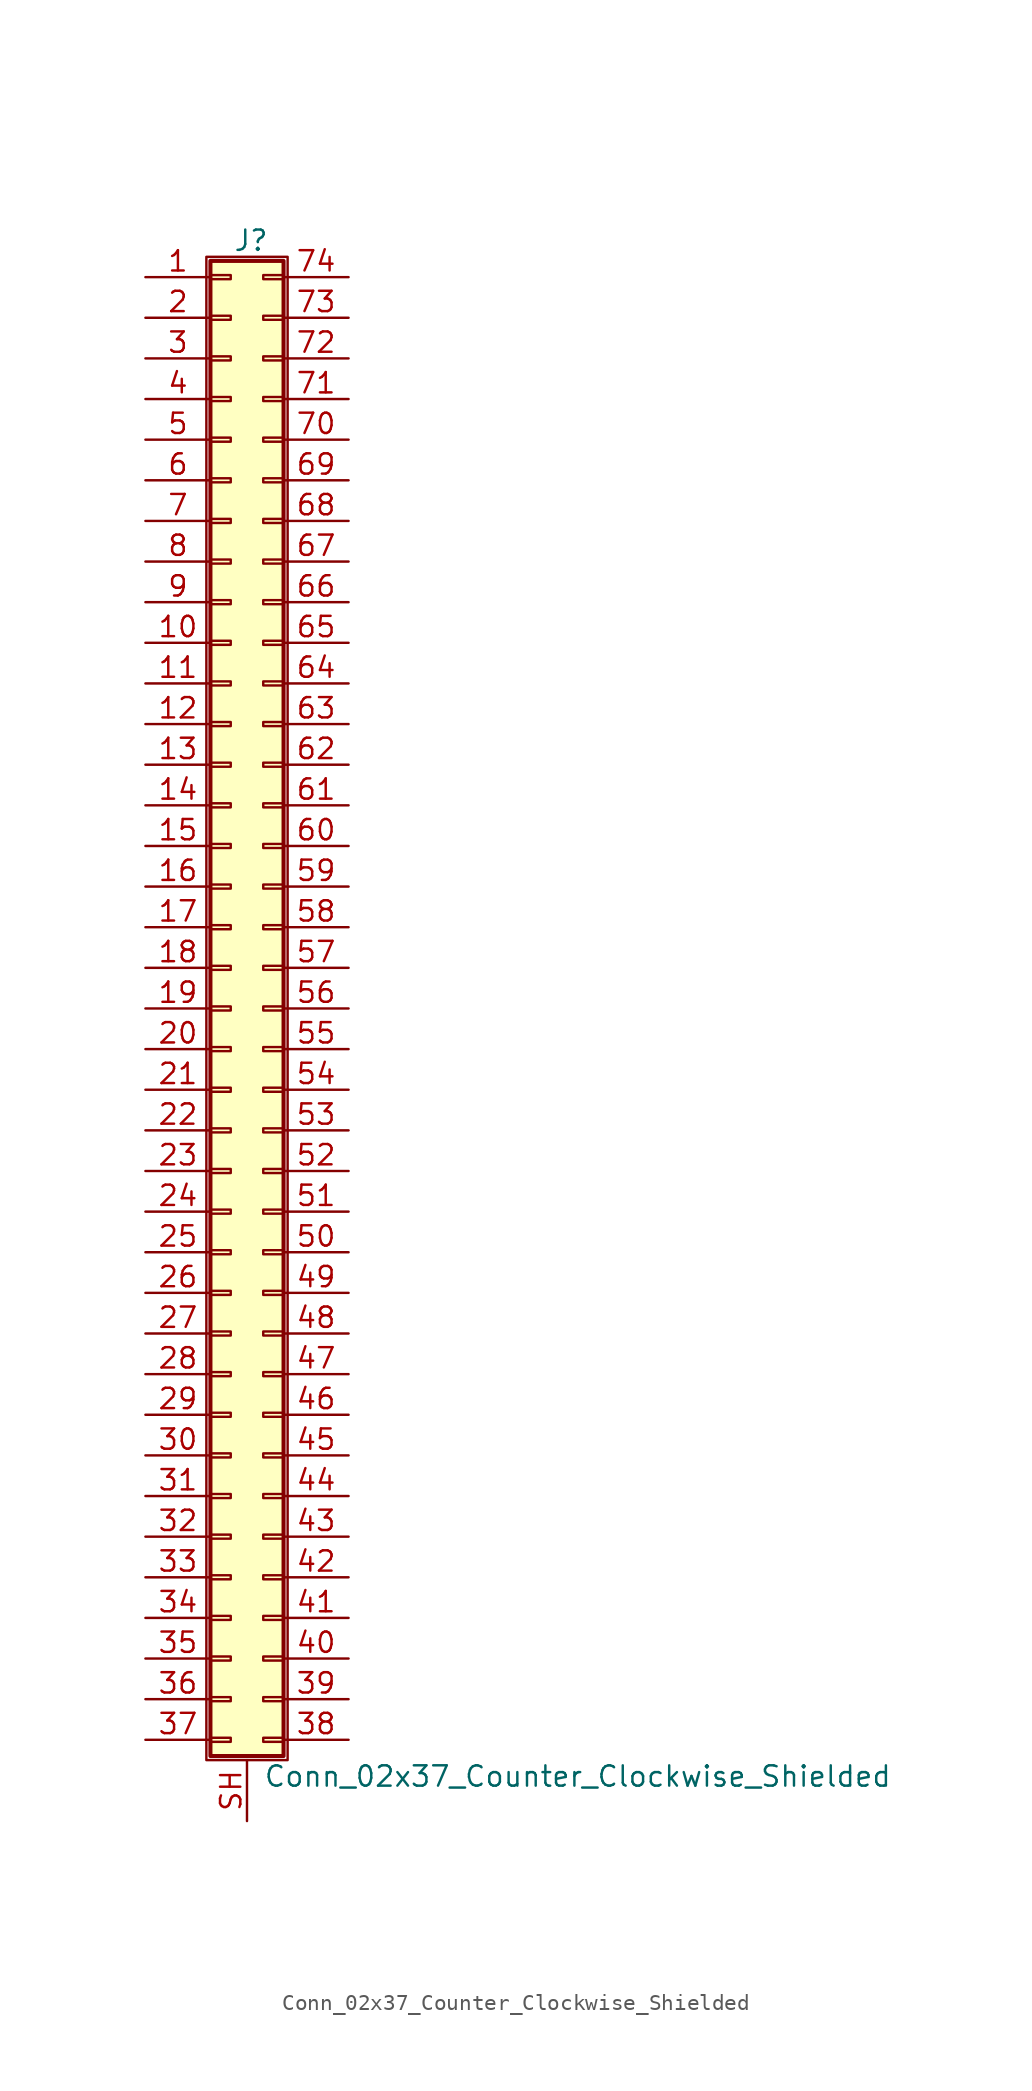
<source format=kicad_sym>
(kicad_symbol_lib
  (version 20201005)
  (generator kicad_symbol_editor)
  (symbol "Conn_02x37_Counter_Clockwise_Shielded"
    (pin_names
      (offset 1.016) hide)
    (property "Reference" "J"
      (at 1.524 48.006 0)
      (effects (font (size 1.27 1.27))))
    (property "Value" "Conn_02x37_Counter_Clockwise_Shielded"
      (at 2.286 -48.006 0)
      (effects (font (size 1.27 1.27)) (justify left)))
    (symbol "Conn_02x37_Counter_Clockwise_Shielded_1_1"
      (rectangle (start -1.27 46.99) (end 3.81 -46.99) (stroke (width 0.152)) (fill (type none)))
      (rectangle (start -1.016 -45.593) (end 0.254 -45.847) (stroke (width 0.152)) (fill (type none)))
      (rectangle (start -1.016 -43.053) (end 0.254 -43.307) (stroke (width 0.152)) (fill (type none)))
      (rectangle (start -1.016 -40.513) (end 0.254 -40.767) (stroke (width 0.152)) (fill (type none)))
      (rectangle (start -1.016 -37.973) (end 0.254 -38.227) (stroke (width 0.152)) (fill (type none)))
      (rectangle (start -1.016 -35.433) (end 0.254 -35.687) (stroke (width 0.152)) (fill (type none)))
      (rectangle (start -1.016 -32.893) (end 0.254 -33.147) (stroke (width 0.152)) (fill (type none)))
      (rectangle (start -1.016 -30.353) (end 0.254 -30.607) (stroke (width 0.152)) (fill (type none)))
      (rectangle (start -1.016 -27.813) (end 0.254 -28.067) (stroke (width 0.152)) (fill (type none)))
      (rectangle (start -1.016 -25.273) (end 0.254 -25.527) (stroke (width 0.152)) (fill (type none)))
      (rectangle (start -1.016 -22.733) (end 0.254 -22.987) (stroke (width 0.152)) (fill (type none)))
      (rectangle (start -1.016 -20.193) (end 0.254 -20.447) (stroke (width 0.152)) (fill (type none)))
      (rectangle (start -1.016 -17.653) (end 0.254 -17.907) (stroke (width 0.152)) (fill (type none)))
      (rectangle (start -1.016 -15.113) (end 0.254 -15.367) (stroke (width 0.152)) (fill (type none)))
      (rectangle (start -1.016 -12.573) (end 0.254 -12.827) (stroke (width 0.152)) (fill (type none)))
      (rectangle (start -1.016 -10.033) (end 0.254 -10.287) (stroke (width 0.152)) (fill (type none)))
      (rectangle (start -1.016 -7.493) (end 0.254 -7.747) (stroke (width 0.152)) (fill (type none)))
      (rectangle (start -1.016 -4.953) (end 0.254 -5.207) (stroke (width 0.152)) (fill (type none)))
      (rectangle (start -1.016 -2.413) (end 0.254 -2.667) (stroke (width 0.152)) (fill (type none)))
      (rectangle (start -1.016 0.127) (end 0.254 -0.127) (stroke (width 0.152)) (fill (type none)))
      (rectangle (start -1.016 2.667) (end 0.254 2.413) (stroke (width 0.152)) (fill (type none)))
      (rectangle (start -1.016 5.207) (end 0.254 4.953) (stroke (width 0.152)) (fill (type none)))
      (rectangle (start -1.016 7.747) (end 0.254 7.493) (stroke (width 0.152)) (fill (type none)))
      (rectangle (start -1.016 10.287) (end 0.254 10.033) (stroke (width 0.152)) (fill (type none)))
      (rectangle (start -1.016 12.827) (end 0.254 12.573) (stroke (width 0.152)) (fill (type none)))
      (rectangle (start -1.016 15.367) (end 0.254 15.113) (stroke (width 0.152)) (fill (type none)))
      (rectangle (start -1.016 17.907) (end 0.254 17.653) (stroke (width 0.152)) (fill (type none)))
      (rectangle (start -1.016 20.447) (end 0.254 20.193) (stroke (width 0.152)) (fill (type none)))
      (rectangle (start -1.016 22.987) (end 0.254 22.733) (stroke (width 0.152)) (fill (type none)))
      (rectangle (start -1.016 25.527) (end 0.254 25.273) (stroke (width 0.152)) (fill (type none)))
      (rectangle (start -1.016 28.067) (end 0.254 27.813) (stroke (width 0.152)) (fill (type none)))
      (rectangle (start -1.016 30.607) (end 0.254 30.353) (stroke (width 0.152)) (fill (type none)))
      (rectangle (start -1.016 33.147) (end 0.254 32.893) (stroke (width 0.152)) (fill (type none)))
      (rectangle (start -1.016 35.687) (end 0.254 35.433) (stroke (width 0.152)) (fill (type none)))
      (rectangle (start -1.016 38.227) (end 0.254 37.973) (stroke (width 0.152)) (fill (type none)))
      (rectangle (start -1.016 40.767) (end 0.254 40.513) (stroke (width 0.152)) (fill (type none)))
      (rectangle (start -1.016 43.307) (end 0.254 43.053) (stroke (width 0.152)) (fill (type none)))
      (rectangle (start -1.016 45.847) (end 0.254 45.593) (stroke (width 0.152)) (fill (type none)))
      (rectangle (start 3.556 -45.593) (end 2.286 -45.847) (stroke (width 0.152)) (fill (type none)))
      (rectangle (start 3.556 -43.053) (end 2.286 -43.307) (stroke (width 0.152)) (fill (type none)))
      (rectangle (start 3.556 -40.513) (end 2.286 -40.767) (stroke (width 0.152)) (fill (type none)))
      (rectangle (start 3.556 -37.973) (end 2.286 -38.227) (stroke (width 0.152)) (fill (type none)))
      (rectangle (start 3.556 -35.433) (end 2.286 -35.687) (stroke (width 0.152)) (fill (type none)))
      (rectangle (start 3.556 -32.893) (end 2.286 -33.147) (stroke (width 0.152)) (fill (type none)))
      (rectangle (start 3.556 -30.353) (end 2.286 -30.607) (stroke (width 0.152)) (fill (type none)))
      (rectangle (start 3.556 -27.813) (end 2.286 -28.067) (stroke (width 0.152)) (fill (type none)))
      (rectangle (start 3.556 -25.273) (end 2.286 -25.527) (stroke (width 0.152)) (fill (type none)))
      (rectangle (start 3.556 -22.733) (end 2.286 -22.987) (stroke (width 0.152)) (fill (type none)))
      (rectangle (start 3.556 -20.193) (end 2.286 -20.447) (stroke (width 0.152)) (fill (type none)))
      (rectangle (start 3.556 -17.653) (end 2.286 -17.907) (stroke (width 0.152)) (fill (type none)))
      (rectangle (start 3.556 -15.113) (end 2.286 -15.367) (stroke (width 0.152)) (fill (type none)))
      (rectangle (start 3.556 -12.573) (end 2.286 -12.827) (stroke (width 0.152)) (fill (type none)))
      (rectangle (start 3.556 -10.033) (end 2.286 -10.287) (stroke (width 0.152)) (fill (type none)))
      (rectangle (start 3.556 -7.493) (end 2.286 -7.747) (stroke (width 0.152)) (fill (type none)))
      (rectangle (start 3.556 -4.953) (end 2.286 -5.207) (stroke (width 0.152)) (fill (type none)))
      (rectangle (start 3.556 -2.413) (end 2.286 -2.667) (stroke (width 0.152)) (fill (type none)))
      (rectangle (start 3.556 0.127) (end 2.286 -0.127) (stroke (width 0.152)) (fill (type none)))
      (rectangle (start 3.556 2.667) (end 2.286 2.413) (stroke (width 0.152)) (fill (type none)))
      (rectangle (start 3.556 5.207) (end 2.286 4.953) (stroke (width 0.152)) (fill (type none)))
      (rectangle (start 3.556 7.747) (end 2.286 7.493) (stroke (width 0.152)) (fill (type none)))
      (rectangle (start 3.556 10.287) (end 2.286 10.033) (stroke (width 0.152)) (fill (type none)))
      (rectangle (start 3.556 12.827) (end 2.286 12.573) (stroke (width 0.152)) (fill (type none)))
      (rectangle (start 3.556 15.367) (end 2.286 15.113) (stroke (width 0.152)) (fill (type none)))
      (rectangle (start 3.556 17.907) (end 2.286 17.653) (stroke (width 0.152)) (fill (type none)))
      (rectangle (start 3.556 20.447) (end 2.286 20.193) (stroke (width 0.152)) (fill (type none)))
      (rectangle (start 3.556 22.987) (end 2.286 22.733) (stroke (width 0.152)) (fill (type none)))
      (rectangle (start 3.556 25.527) (end 2.286 25.273) (stroke (width 0.152)) (fill (type none)))
      (rectangle (start 3.556 28.067) (end 2.286 27.813) (stroke (width 0.152)) (fill (type none)))
      (rectangle (start 3.556 30.607) (end 2.286 30.353) (stroke (width 0.152)) (fill (type none)))
      (rectangle (start 3.556 33.147) (end 2.286 32.893) (stroke (width 0.152)) (fill (type none)))
      (rectangle (start 3.556 35.687) (end 2.286 35.433) (stroke (width 0.152)) (fill (type none)))
      (rectangle (start 3.556 38.227) (end 2.286 37.973) (stroke (width 0.152)) (fill (type none)))
      (rectangle (start 3.556 40.767) (end 2.286 40.513) (stroke (width 0.152)) (fill (type none)))
      (rectangle (start 3.556 43.307) (end 2.286 43.053) (stroke (width 0.152)) (fill (type none)))
      (rectangle (start 3.556 45.847) (end 2.286 45.593) (stroke (width 0.152)) (fill (type none)))
      (rectangle (start -1.016 46.736) (end 3.556 -46.736) (stroke (width 0.254)) (fill (type background)))
      (pin passive line (at -5.08 45.72 0) (length 4.064) (name "Pin_1" (effects (font (size 1.27 1.27)))) (number "1" (effects (font (size 1.27 1.27)))))
      (pin passive line (at -5.08 22.86 0) (length 4.064) (name "Pin_10" (effects (font (size 1.27 1.27)))) (number "10" (effects (font (size 1.27 1.27)))))
      (pin passive line (at -5.08 20.32 0) (length 4.064) (name "Pin_11" (effects (font (size 1.27 1.27)))) (number "11" (effects (font (size 1.27 1.27)))))
      (pin passive line (at -5.08 17.78 0) (length 4.064) (name "Pin_12" (effects (font (size 1.27 1.27)))) (number "12" (effects (font (size 1.27 1.27)))))
      (pin passive line (at -5.08 15.24 0) (length 4.064) (name "Pin_13" (effects (font (size 1.27 1.27)))) (number "13" (effects (font (size 1.27 1.27)))))
      (pin passive line (at -5.08 12.7 0) (length 4.064) (name "Pin_14" (effects (font (size 1.27 1.27)))) (number "14" (effects (font (size 1.27 1.27)))))
      (pin passive line (at -5.08 10.16 0) (length 4.064) (name "Pin_15" (effects (font (size 1.27 1.27)))) (number "15" (effects (font (size 1.27 1.27)))))
      (pin passive line (at -5.08 7.62 0) (length 4.064) (name "Pin_16" (effects (font (size 1.27 1.27)))) (number "16" (effects (font (size 1.27 1.27)))))
      (pin passive line (at -5.08 5.08 0) (length 4.064) (name "Pin_17" (effects (font (size 1.27 1.27)))) (number "17" (effects (font (size 1.27 1.27)))))
      (pin passive line (at -5.08 2.54 0) (length 4.064) (name "Pin_18" (effects (font (size 1.27 1.27)))) (number "18" (effects (font (size 1.27 1.27)))))
      (pin passive line (at -5.08 0 0) (length 4.064) (name "Pin_19" (effects (font (size 1.27 1.27)))) (number "19" (effects (font (size 1.27 1.27)))))
      (pin passive line (at -5.08 43.18 0) (length 4.064) (name "Pin_2" (effects (font (size 1.27 1.27)))) (number "2" (effects (font (size 1.27 1.27)))))
      (pin passive line (at -5.08 -2.54 0) (length 4.064) (name "Pin_20" (effects (font (size 1.27 1.27)))) (number "20" (effects (font (size 1.27 1.27)))))
      (pin passive line (at -5.08 -5.08 0) (length 4.064) (name "Pin_21" (effects (font (size 1.27 1.27)))) (number "21" (effects (font (size 1.27 1.27)))))
      (pin passive line (at -5.08 -7.62 0) (length 4.064) (name "Pin_22" (effects (font (size 1.27 1.27)))) (number "22" (effects (font (size 1.27 1.27)))))
      (pin passive line (at -5.08 -10.16 0) (length 4.064) (name "Pin_23" (effects (font (size 1.27 1.27)))) (number "23" (effects (font (size 1.27 1.27)))))
      (pin passive line (at -5.08 -12.7 0) (length 4.064) (name "Pin_24" (effects (font (size 1.27 1.27)))) (number "24" (effects (font (size 1.27 1.27)))))
      (pin passive line (at -5.08 -15.24 0) (length 4.064) (name "Pin_25" (effects (font (size 1.27 1.27)))) (number "25" (effects (font (size 1.27 1.27)))))
      (pin passive line (at -5.08 -17.78 0) (length 4.064) (name "Pin_26" (effects (font (size 1.27 1.27)))) (number "26" (effects (font (size 1.27 1.27)))))
      (pin passive line (at -5.08 -20.32 0) (length 4.064) (name "Pin_27" (effects (font (size 1.27 1.27)))) (number "27" (effects (font (size 1.27 1.27)))))
      (pin passive line (at -5.08 -22.86 0) (length 4.064) (name "Pin_28" (effects (font (size 1.27 1.27)))) (number "28" (effects (font (size 1.27 1.27)))))
      (pin passive line (at -5.08 -25.4 0) (length 4.064) (name "Pin_29" (effects (font (size 1.27 1.27)))) (number "29" (effects (font (size 1.27 1.27)))))
      (pin passive line (at -5.08 40.64 0) (length 4.064) (name "Pin_3" (effects (font (size 1.27 1.27)))) (number "3" (effects (font (size 1.27 1.27)))))
      (pin passive line (at -5.08 -27.94 0) (length 4.064) (name "Pin_30" (effects (font (size 1.27 1.27)))) (number "30" (effects (font (size 1.27 1.27)))))
      (pin passive line (at -5.08 -30.48 0) (length 4.064) (name "Pin_31" (effects (font (size 1.27 1.27)))) (number "31" (effects (font (size 1.27 1.27)))))
      (pin passive line (at -5.08 -33.02 0) (length 4.064) (name "Pin_32" (effects (font (size 1.27 1.27)))) (number "32" (effects (font (size 1.27 1.27)))))
      (pin passive line (at -5.08 -35.56 0) (length 4.064) (name "Pin_33" (effects (font (size 1.27 1.27)))) (number "33" (effects (font (size 1.27 1.27)))))
      (pin passive line (at -5.08 -38.1 0) (length 4.064) (name "Pin_34" (effects (font (size 1.27 1.27)))) (number "34" (effects (font (size 1.27 1.27)))))
      (pin passive line (at -5.08 -40.64 0) (length 4.064) (name "Pin_35" (effects (font (size 1.27 1.27)))) (number "35" (effects (font (size 1.27 1.27)))))
      (pin passive line (at -5.08 -43.18 0) (length 4.064) (name "Pin_36" (effects (font (size 1.27 1.27)))) (number "36" (effects (font (size 1.27 1.27)))))
      (pin passive line (at -5.08 -45.72 0) (length 4.064) (name "Pin_37" (effects (font (size 1.27 1.27)))) (number "37" (effects (font (size 1.27 1.27)))))
      (pin passive line (at 7.62 -45.72 180) (length 4.064) (name "Pin_38" (effects (font (size 1.27 1.27)))) (number "38" (effects (font (size 1.27 1.27)))))
      (pin passive line (at 7.62 -43.18 180) (length 4.064) (name "Pin_39" (effects (font (size 1.27 1.27)))) (number "39" (effects (font (size 1.27 1.27)))))
      (pin passive line (at -5.08 38.1 0) (length 4.064) (name "Pin_4" (effects (font (size 1.27 1.27)))) (number "4" (effects (font (size 1.27 1.27)))))
      (pin passive line (at 7.62 -40.64 180) (length 4.064) (name "Pin_40" (effects (font (size 1.27 1.27)))) (number "40" (effects (font (size 1.27 1.27)))))
      (pin passive line (at 7.62 -38.1 180) (length 4.064) (name "Pin_41" (effects (font (size 1.27 1.27)))) (number "41" (effects (font (size 1.27 1.27)))))
      (pin passive line (at 7.62 -35.56 180) (length 4.064) (name "Pin_42" (effects (font (size 1.27 1.27)))) (number "42" (effects (font (size 1.27 1.27)))))
      (pin passive line (at 7.62 -33.02 180) (length 4.064) (name "Pin_43" (effects (font (size 1.27 1.27)))) (number "43" (effects (font (size 1.27 1.27)))))
      (pin passive line (at 7.62 -30.48 180) (length 4.064) (name "Pin_44" (effects (font (size 1.27 1.27)))) (number "44" (effects (font (size 1.27 1.27)))))
      (pin passive line (at 7.62 -27.94 180) (length 4.064) (name "Pin_45" (effects (font (size 1.27 1.27)))) (number "45" (effects (font (size 1.27 1.27)))))
      (pin passive line (at 7.62 -25.4 180) (length 4.064) (name "Pin_46" (effects (font (size 1.27 1.27)))) (number "46" (effects (font (size 1.27 1.27)))))
      (pin passive line (at 7.62 -22.86 180) (length 4.064) (name "Pin_47" (effects (font (size 1.27 1.27)))) (number "47" (effects (font (size 1.27 1.27)))))
      (pin passive line (at 7.62 -20.32 180) (length 4.064) (name "Pin_48" (effects (font (size 1.27 1.27)))) (number "48" (effects (font (size 1.27 1.27)))))
      (pin passive line (at 7.62 -17.78 180) (length 4.064) (name "Pin_49" (effects (font (size 1.27 1.27)))) (number "49" (effects (font (size 1.27 1.27)))))
      (pin passive line (at -5.08 35.56 0) (length 4.064) (name "Pin_5" (effects (font (size 1.27 1.27)))) (number "5" (effects (font (size 1.27 1.27)))))
      (pin passive line (at 7.62 -15.24 180) (length 4.064) (name "Pin_50" (effects (font (size 1.27 1.27)))) (number "50" (effects (font (size 1.27 1.27)))))
      (pin passive line (at 7.62 -12.7 180) (length 4.064) (name "Pin_51" (effects (font (size 1.27 1.27)))) (number "51" (effects (font (size 1.27 1.27)))))
      (pin passive line (at 7.62 -10.16 180) (length 4.064) (name "Pin_52" (effects (font (size 1.27 1.27)))) (number "52" (effects (font (size 1.27 1.27)))))
      (pin passive line (at 7.62 -7.62 180) (length 4.064) (name "Pin_53" (effects (font (size 1.27 1.27)))) (number "53" (effects (font (size 1.27 1.27)))))
      (pin passive line (at 7.62 -5.08 180) (length 4.064) (name "Pin_54" (effects (font (size 1.27 1.27)))) (number "54" (effects (font (size 1.27 1.27)))))
      (pin passive line (at 7.62 -2.54 180) (length 4.064) (name "Pin_55" (effects (font (size 1.27 1.27)))) (number "55" (effects (font (size 1.27 1.27)))))
      (pin passive line (at 7.62 0 180) (length 4.064) (name "Pin_56" (effects (font (size 1.27 1.27)))) (number "56" (effects (font (size 1.27 1.27)))))
      (pin passive line (at 7.62 2.54 180) (length 4.064) (name "Pin_57" (effects (font (size 1.27 1.27)))) (number "57" (effects (font (size 1.27 1.27)))))
      (pin passive line (at 7.62 5.08 180) (length 4.064) (name "Pin_58" (effects (font (size 1.27 1.27)))) (number "58" (effects (font (size 1.27 1.27)))))
      (pin passive line (at 7.62 7.62 180) (length 4.064) (name "Pin_59" (effects (font (size 1.27 1.27)))) (number "59" (effects (font (size 1.27 1.27)))))
      (pin passive line (at -5.08 33.02 0) (length 4.064) (name "Pin_6" (effects (font (size 1.27 1.27)))) (number "6" (effects (font (size 1.27 1.27)))))
      (pin passive line (at 7.62 10.16 180) (length 4.064) (name "Pin_60" (effects (font (size 1.27 1.27)))) (number "60" (effects (font (size 1.27 1.27)))))
      (pin passive line (at 7.62 12.7 180) (length 4.064) (name "Pin_61" (effects (font (size 1.27 1.27)))) (number "61" (effects (font (size 1.27 1.27)))))
      (pin passive line (at 7.62 15.24 180) (length 4.064) (name "Pin_62" (effects (font (size 1.27 1.27)))) (number "62" (effects (font (size 1.27 1.27)))))
      (pin passive line (at 7.62 17.78 180) (length 4.064) (name "Pin_63" (effects (font (size 1.27 1.27)))) (number "63" (effects (font (size 1.27 1.27)))))
      (pin passive line (at 7.62 20.32 180) (length 4.064) (name "Pin_64" (effects (font (size 1.27 1.27)))) (number "64" (effects (font (size 1.27 1.27)))))
      (pin passive line (at 7.62 22.86 180) (length 4.064) (name "Pin_65" (effects (font (size 1.27 1.27)))) (number "65" (effects (font (size 1.27 1.27)))))
      (pin passive line (at 7.62 25.4 180) (length 4.064) (name "Pin_66" (effects (font (size 1.27 1.27)))) (number "66" (effects (font (size 1.27 1.27)))))
      (pin passive line (at 7.62 27.94 180) (length 4.064) (name "Pin_67" (effects (font (size 1.27 1.27)))) (number "67" (effects (font (size 1.27 1.27)))))
      (pin passive line (at 7.62 30.48 180) (length 4.064) (name "Pin_68" (effects (font (size 1.27 1.27)))) (number "68" (effects (font (size 1.27 1.27)))))
      (pin passive line (at 7.62 33.02 180) (length 4.064) (name "Pin_69" (effects (font (size 1.27 1.27)))) (number "69" (effects (font (size 1.27 1.27)))))
      (pin passive line (at -5.08 30.48 0) (length 4.064) (name "Pin_7" (effects (font (size 1.27 1.27)))) (number "7" (effects (font (size 1.27 1.27)))))
      (pin passive line (at 7.62 35.56 180) (length 4.064) (name "Pin_70" (effects (font (size 1.27 1.27)))) (number "70" (effects (font (size 1.27 1.27)))))
      (pin passive line (at 7.62 38.1 180) (length 4.064) (name "Pin_71" (effects (font (size 1.27 1.27)))) (number "71" (effects (font (size 1.27 1.27)))))
      (pin passive line (at 7.62 40.64 180) (length 4.064) (name "Pin_72" (effects (font (size 1.27 1.27)))) (number "72" (effects (font (size 1.27 1.27)))))
      (pin passive line (at 7.62 43.18 180) (length 4.064) (name "Pin_73" (effects (font (size 1.27 1.27)))) (number "73" (effects (font (size 1.27 1.27)))))
      (pin passive line (at 7.62 45.72 180) (length 4.064) (name "Pin_74" (effects (font (size 1.27 1.27)))) (number "74" (effects (font (size 1.27 1.27)))))
      (pin passive line (at -5.08 27.94 0) (length 4.064) (name "Pin_8" (effects (font (size 1.27 1.27)))) (number "8" (effects (font (size 1.27 1.27)))))
      (pin passive line (at -5.08 25.4 0) (length 4.064) (name "Pin_9" (effects (font (size 1.27 1.27)))) (number "9" (effects (font (size 1.27 1.27)))))
      (pin passive line (at 1.27 -50.8 90) (length 3.81) (name "Shield" (effects (font (size 1.27 1.27)))) (number "SH" (effects (font (size 1.27 1.27))))))))
</source>
